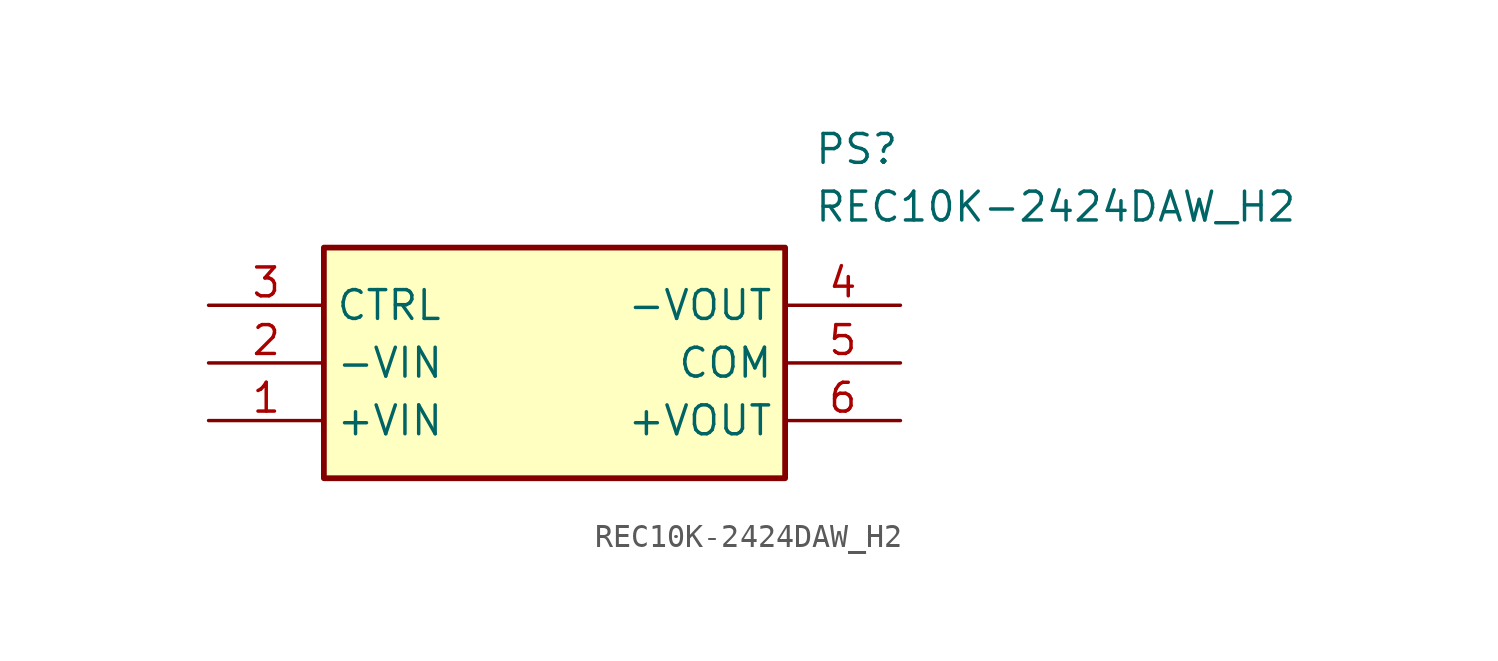
<source format=kicad_sym>
(kicad_symbol_lib
  (version 20211014)
  (generator SamacSys_ECAD_Model)
  (symbol "REC10K-2424DAW_H2"
    (property "Reference" "PS"
      (at 26.67 7.62 0)
      (effects (font (size 1.27 1.27)) (justify left top)))
    (property "Value" "REC10K-2424DAW_H2"
      (at 26.67 5.08 0)
      (effects (font (size 1.27 1.27)) (justify left top)))
    (rectangle
      (start 5.08 2.54)
      (end 25.4 -7.62)
      (stroke (width 0.254) (type default))
      (fill (type background)))
    (pin passive line
      (at 0 -5.08 0)
      (length 5.08)
      (name "+VIN" (effects (font (size 1.27 1.27))))
      (number "1" (effects (font (size 1.27 1.27)))))
    (pin passive line
      (at 0 -2.54 0)
      (length 5.08)
      (name "-VIN" (effects (font (size 1.27 1.27))))
      (number "2" (effects (font (size 1.27 1.27)))))
    (pin passive line
      (at 0 0 0)
      (length 5.08)
      (name "CTRL" (effects (font (size 1.27 1.27))))
      (number "3" (effects (font (size 1.27 1.27)))))
    (pin passive line
      (at 30.48 0 180)
      (length 5.08)
      (name "-VOUT" (effects (font (size 1.27 1.27))))
      (number "4" (effects (font (size 1.27 1.27)))))
    (pin passive line
      (at 30.48 -2.54 180)
      (length 5.08)
      (name "COM" (effects (font (size 1.27 1.27))))
      (number "5" (effects (font (size 1.27 1.27)))))
    (pin passive line
      (at 30.48 -5.08 180)
      (length 5.08)
      (name "+VOUT" (effects (font (size 1.27 1.27))))
      (number "6" (effects (font (size 1.27 1.27)))))))
</source>
